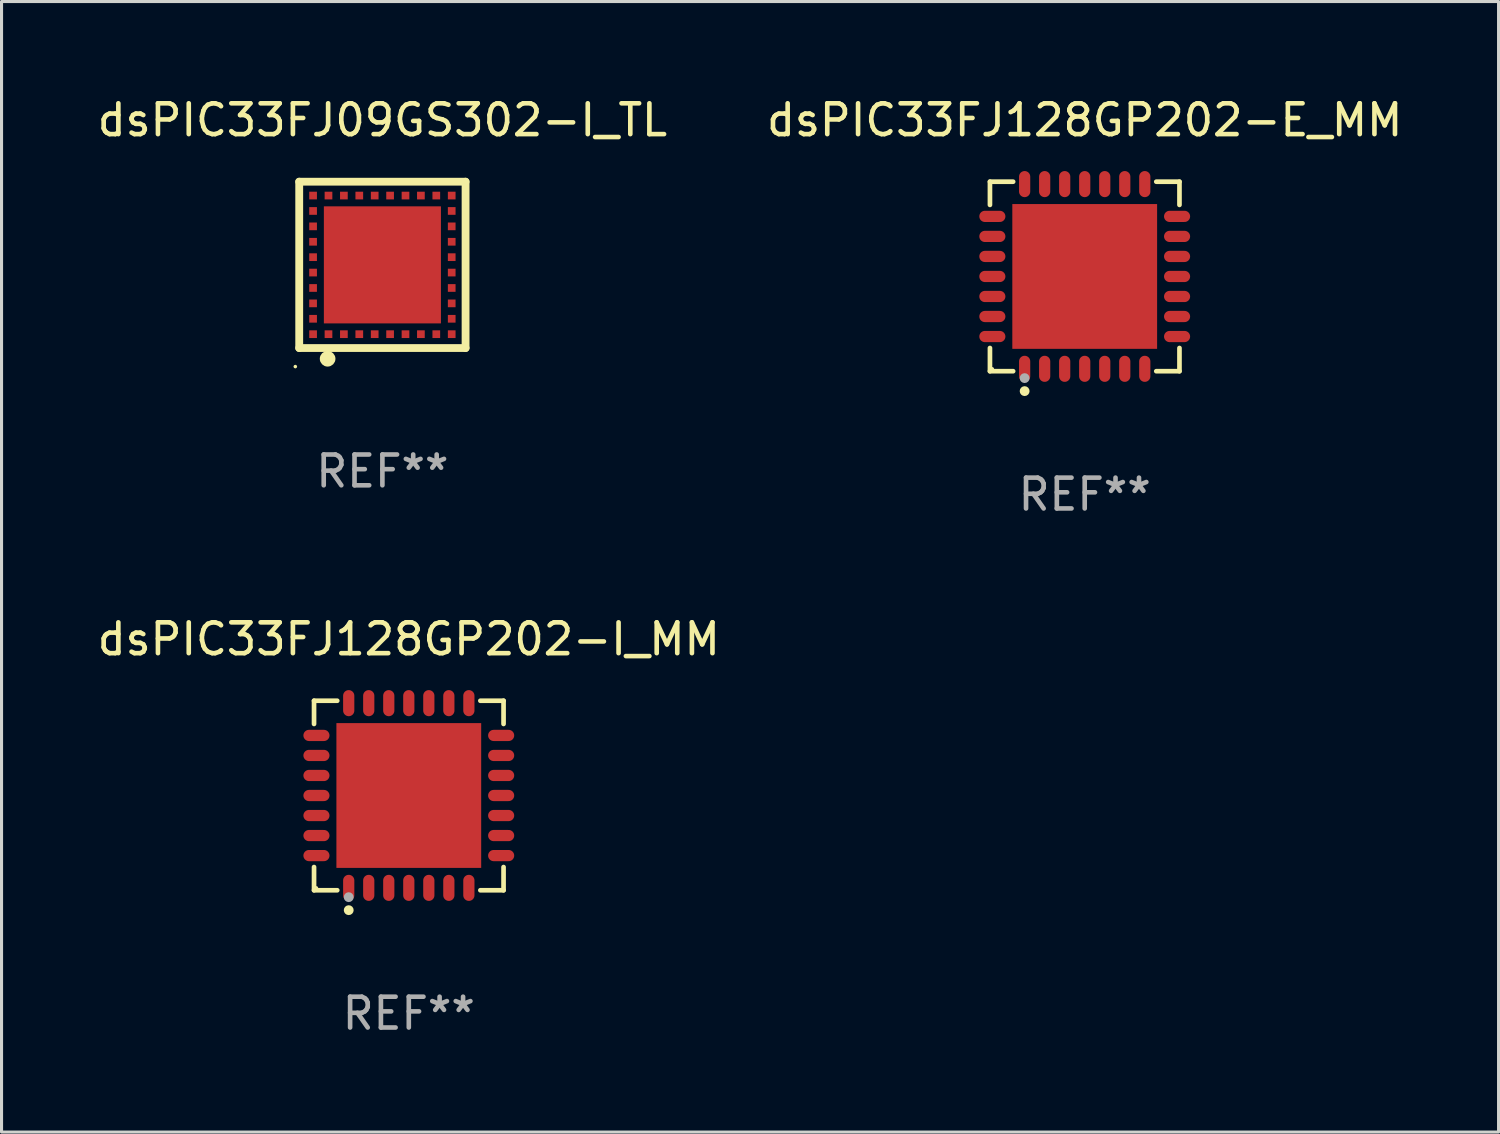
<source format=kicad_pcb>
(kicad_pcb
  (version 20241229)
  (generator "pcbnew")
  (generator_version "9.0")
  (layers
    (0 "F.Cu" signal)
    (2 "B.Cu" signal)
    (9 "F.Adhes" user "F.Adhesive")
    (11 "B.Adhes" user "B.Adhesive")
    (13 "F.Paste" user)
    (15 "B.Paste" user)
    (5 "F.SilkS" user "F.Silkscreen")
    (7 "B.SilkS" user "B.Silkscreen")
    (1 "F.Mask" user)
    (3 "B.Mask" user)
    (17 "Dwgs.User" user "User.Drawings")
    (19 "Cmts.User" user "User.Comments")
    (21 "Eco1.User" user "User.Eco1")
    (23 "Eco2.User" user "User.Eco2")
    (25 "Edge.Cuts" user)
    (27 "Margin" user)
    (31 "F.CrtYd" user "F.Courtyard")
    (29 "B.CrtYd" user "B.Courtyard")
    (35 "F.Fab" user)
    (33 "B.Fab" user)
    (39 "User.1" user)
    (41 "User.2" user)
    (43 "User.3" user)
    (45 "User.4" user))
  (footprint "dsPIC33FJ128GP202-E_MM"
    (layer "F.Cu")
    (at 32.161 5.924)
    (property "Reference" "dsPIC33FJ128GP202-E_MM" (at 0 -5.076 0) (layer "F.SilkS") (effects (font (size 1 1) (thickness 0.15))))
    (attr through_hole)
    (fp_line (start -3.076 -3.076) (end -2.323 -3.076) (stroke (width 0.152) (type solid)) (layer "F.SilkS"))
    (fp_line (start -3.076 -2.323) (end -3.076 -3.076) (stroke (width 0.152) (type solid)) (layer "F.SilkS"))
    (fp_line (start -3.076 2.323) (end -3.076 3.076) (stroke (width 0.152) (type solid)) (layer "F.SilkS"))
    (fp_line (start -3.076 3.076) (end -2.323 3.076) (stroke (width 0.152) (type solid)) (layer "F.SilkS"))
    (fp_line (start 3.076 -3.076) (end 2.323 -3.076) (stroke (width 0.152) (type solid)) (layer "F.SilkS"))
    (fp_line (start 3.076 -2.323) (end 3.076 -3.076) (stroke (width 0.152) (type solid)) (layer "F.SilkS"))
    (fp_line (start 3.076 2.323) (end 3.076 3.076) (stroke (width 0.152) (type solid)) (layer "F.SilkS"))
    (fp_line (start 3.076 3.076) (end 2.323 3.076) (stroke (width 0.152) (type solid)) (layer "F.SilkS"))
    (fp_circle (center -3 3) (end -2.97 3) (stroke (width 0.06) (type solid)) (fill no) (layer "F.SilkS"))
    (fp_circle (center -1.95 3.722) (end -1.87 3.722) (stroke (width 0.16) (type solid)) (fill no) (layer "F.SilkS"))
    (fp_circle (center -1.95 3.3) (end -1.87 3.3) (stroke (width 0.16) (type solid)) (fill no) (layer "F.Fab"))
    (fp_text user "REF**" (at 0 7.076 0) (layer "F.Fab") (effects (font (size 1 1) (thickness 0.15))))
    (pad "1" smd oval (at -1.95 2.998) (size 0.364 0.847) (layers "F.Cu" "F.Mask" "F.Paste"))
    (pad "2" smd oval (at -1.3 2.998) (size 0.364 0.847) (layers "F.Cu" "F.Mask" "F.Paste"))
    (pad "3" smd oval (at -0.65 2.998) (size 0.364 0.847) (layers "F.Cu" "F.Mask" "F.Paste"))
    (pad "4" smd oval (at 0 2.998) (size 0.364 0.847) (layers "F.Cu" "F.Mask" "F.Paste"))
    (pad "5" smd oval (at 0.65 2.998) (size 0.364 0.847) (layers "F.Cu" "F.Mask" "F.Paste"))
    (pad "6" smd oval (at 1.3 2.998) (size 0.364 0.847) (layers "F.Cu" "F.Mask" "F.Paste"))
    (pad "7" smd oval (at 1.95 2.998) (size 0.364 0.847) (layers "F.Cu" "F.Mask" "F.Paste"))
    (pad "8" smd oval (at 2.998 1.95) (size 0.847 0.364) (layers "F.Cu" "F.Mask" "F.Paste"))
    (pad "9" smd oval (at 2.998 1.3) (size 0.847 0.364) (layers "F.Cu" "F.Mask" "F.Paste"))
    (pad "10" smd oval (at 2.998 0.65) (size 0.847 0.364) (layers "F.Cu" "F.Mask" "F.Paste"))
    (pad "11" smd oval (at 2.998 0) (size 0.847 0.364) (layers "F.Cu" "F.Mask" "F.Paste"))
    (pad "12" smd oval (at 2.998 -0.65) (size 0.847 0.364) (layers "F.Cu" "F.Mask" "F.Paste"))
    (pad "13" smd oval (at 2.998 -1.3) (size 0.847 0.364) (layers "F.Cu" "F.Mask" "F.Paste"))
    (pad "14" smd oval (at 2.998 -1.95) (size 0.847 0.364) (layers "F.Cu" "F.Mask" "F.Paste"))
    (pad "15" smd oval (at 1.95 -2.998) (size 0.364 0.847) (layers "F.Cu" "F.Mask" "F.Paste"))
    (pad "16" smd oval (at 1.3 -2.998) (size 0.364 0.847) (layers "F.Cu" "F.Mask" "F.Paste"))
    (pad "17" smd oval (at 0.65 -2.998) (size 0.364 0.847) (layers "F.Cu" "F.Mask" "F.Paste"))
    (pad "18" smd oval (at 0 -2.998) (size 0.364 0.847) (layers "F.Cu" "F.Mask" "F.Paste"))
    (pad "19" smd oval (at -0.65 -2.998) (size 0.364 0.847) (layers "F.Cu" "F.Mask" "F.Paste"))
    (pad "20" smd oval (at -1.3 -2.998) (size 0.364 0.847) (layers "F.Cu" "F.Mask" "F.Paste"))
    (pad "21" smd oval (at -1.95 -2.998) (size 0.364 0.847) (layers "F.Cu" "F.Mask" "F.Paste"))
    (pad "22" smd oval (at -2.998 -1.95) (size 0.847 0.364) (layers "F.Cu" "F.Mask" "F.Paste"))
    (pad "23" smd oval (at -2.998 -1.3) (size 0.847 0.364) (layers "F.Cu" "F.Mask" "F.Paste"))
    (pad "24" smd oval (at -2.998 -0.65) (size 0.847 0.364) (layers "F.Cu" "F.Mask" "F.Paste"))
    (pad "25" smd oval (at -2.998 0) (size 0.847 0.364) (layers "F.Cu" "F.Mask" "F.Paste"))
    (pad "26" smd oval (at -2.998 0.65) (size 0.847 0.364) (layers "F.Cu" "F.Mask" "F.Paste"))
    (pad "27" smd oval (at -2.998 1.3) (size 0.847 0.364) (layers "F.Cu" "F.Mask" "F.Paste"))
    (pad "28" smd oval (at -2.998 1.95) (size 0.847 0.364) (layers "F.Cu" "F.Mask" "F.Paste"))
    (pad "29" smd rect (at 0 0) (size 4.7 4.7) (layers "F.Cu" "F.Mask" "F.Paste")))
  (footprint "dsPIC33FJ09GS302-I_TL"
    (layer "F.Cu")
    (at 9.363 5.548)
    (property "Reference" "dsPIC33FJ09GS302-I_TL" (at 0 -4.7 0) (layer "F.SilkS") (effects (font (size 1 1) (thickness 0.15))))
    (attr through_hole)
    (fp_line (start -2.7 -2.7) (end 2.7 -2.7) (stroke (width 0.254) (type solid)) (layer "F.SilkS"))
    (fp_line (start -2.7 2.7) (end -2.7 -2.7) (stroke (width 0.254) (type solid)) (layer "F.SilkS"))
    (fp_line (start 2.7 -2.7) (end 2.7 2.7) (stroke (width 0.254) (type solid)) (layer "F.SilkS"))
    (fp_line (start 2.7 2.7) (end -2.7 2.7) (stroke (width 0.254) (type solid)) (layer "F.SilkS"))
    (fp_circle (center -2.827 3.302) (end -2.797 3.302) (stroke (width 0.06) (type solid)) (fill no) (layer "F.SilkS"))
    (fp_circle (center -1.778 3.048) (end -1.651 3.048) (stroke (width 0.254) (type solid)) (fill no) (layer "F.SilkS"))
    (fp_text user "REF**" (at 0 6.7 0) (layer "F.Fab") (effects (font (size 1 1) (thickness 0.15))))
    (pad "1" smd rect (at -1.75 2.25) (size 0.25 0.25) (layers "F.Cu" "F.Mask" "F.Paste"))
    (pad "2" smd rect (at -1.25 2.25) (size 0.25 0.25) (layers "F.Cu" "F.Mask" "F.Paste"))
    (pad "3" smd rect (at -0.75 2.25) (size 0.25 0.25) (layers "F.Cu" "F.Mask" "F.Paste"))
    (pad "4" smd rect (at -0.25 2.25) (size 0.25 0.25) (layers "F.Cu" "F.Mask" "F.Paste"))
    (pad "5" smd rect (at 0.25 2.25) (size 0.25 0.25) (layers "F.Cu" "F.Mask" "F.Paste"))
    (pad "6" smd rect (at 0.75 2.25) (size 0.25 0.25) (layers "F.Cu" "F.Mask" "F.Paste"))
    (pad "7" smd rect (at 1.25 2.25) (size 0.25 0.25) (layers "F.Cu" "F.Mask" "F.Paste"))
    (pad "8" smd rect (at 1.75 2.25) (size 0.25 0.25) (layers "F.Cu" "F.Mask" "F.Paste"))
    (pad "9" smd rect (at 2.25 2.25) (size 0.25 0.25) (layers "F.Cu" "F.Mask" "F.Paste"))
    (pad "10" smd rect (at 2.25 1.75) (size 0.25 0.25) (layers "F.Cu" "F.Mask" "F.Paste"))
    (pad "11" smd rect (at 2.25 1.25) (size 0.25 0.25) (layers "F.Cu" "F.Mask" "F.Paste"))
    (pad "12" smd rect (at 2.25 0.75) (size 0.25 0.25) (layers "F.Cu" "F.Mask" "F.Paste"))
    (pad "13" smd rect (at 2.25 0.25) (size 0.25 0.25) (layers "F.Cu" "F.Mask" "F.Paste"))
    (pad "14" smd rect (at 2.25 -0.25) (size 0.25 0.25) (layers "F.Cu" "F.Mask" "F.Paste"))
    (pad "15" smd rect (at 2.25 -0.75) (size 0.25 0.25) (layers "F.Cu" "F.Mask" "F.Paste"))
    (pad "16" smd rect (at 2.25 -1.25) (size 0.25 0.25) (layers "F.Cu" "F.Mask" "F.Paste"))
    (pad "17" smd rect (at 2.25 -1.75) (size 0.25 0.25) (layers "F.Cu" "F.Mask" "F.Paste"))
    (pad "18" smd rect (at 2.25 -2.25) (size 0.25 0.25) (layers "F.Cu" "F.Mask" "F.Paste"))
    (pad "19" smd rect (at 1.75 -2.25) (size 0.25 0.25) (layers "F.Cu" "F.Mask" "F.Paste"))
    (pad "20" smd rect (at 1.25 -2.25) (size 0.25 0.25) (layers "F.Cu" "F.Mask" "F.Paste"))
    (pad "21" smd rect (at 0.75 -2.25) (size 0.25 0.25) (layers "F.Cu" "F.Mask" "F.Paste"))
    (pad "22" smd rect (at 0.25 -2.25) (size 0.25 0.25) (layers "F.Cu" "F.Mask" "F.Paste"))
    (pad "23" smd rect (at -0.25 -2.25) (size 0.25 0.25) (layers "F.Cu" "F.Mask" "F.Paste"))
    (pad "24" smd rect (at -0.75 -2.25) (size 0.25 0.25) (layers "F.Cu" "F.Mask" "F.Paste"))
    (pad "25" smd rect (at -1.25 -2.25) (size 0.25 0.25) (layers "F.Cu" "F.Mask" "F.Paste"))
    (pad "26" smd rect (at -1.75 -2.25) (size 0.25 0.25) (layers "F.Cu" "F.Mask" "F.Paste"))
    (pad "27" smd rect (at -2.25 -2.25) (size 0.25 0.25) (layers "F.Cu" "F.Mask" "F.Paste"))
    (pad "28" smd rect (at -2.25 -1.75) (size 0.25 0.25) (layers "F.Cu" "F.Mask" "F.Paste"))
    (pad "29" smd rect (at -2.25 -1.25) (size 0.25 0.25) (layers "F.Cu" "F.Mask" "F.Paste"))
    (pad "30" smd rect (at -2.25 -0.75) (size 0.25 0.25) (layers "F.Cu" "F.Mask" "F.Paste"))
    (pad "31" smd rect (at -2.25 -0.25) (size 0.25 0.25) (layers "F.Cu" "F.Mask" "F.Paste"))
    (pad "32" smd rect (at -2.25 0.25) (size 0.25 0.25) (layers "F.Cu" "F.Mask" "F.Paste"))
    (pad "33" smd rect (at -2.25 0.75) (size 0.25 0.25) (layers "F.Cu" "F.Mask" "F.Paste"))
    (pad "34" smd rect (at -2.25 1.25) (size 0.25 0.25) (layers "F.Cu" "F.Mask" "F.Paste"))
    (pad "35" smd rect (at -2.25 1.75) (size 0.25 0.25) (layers "F.Cu" "F.Mask" "F.Paste"))
    (pad "36" smd rect (at -2.25 2.25) (size 0.25 0.25) (layers "F.Cu" "F.Mask" "F.Paste"))
    (pad "37" smd rect (at 0.000127 -0.000076) (size 3.8 3.8) (layers "F.Cu" "F.Mask" "F.Paste")))
  (footprint "dsPIC33FJ128GP202-I_MM"
    (layer "F.Cu")
    (at 10.22 22.773)
    (property "Reference" "dsPIC33FJ128GP202-I_MM" (at 0 -5.076 0) (layer "F.SilkS") (effects (font (size 1 1) (thickness 0.15))))
    (attr through_hole)
    (fp_line (start -3.076 -3.076) (end -2.323 -3.076) (stroke (width 0.152) (type solid)) (layer "F.SilkS"))
    (fp_line (start -3.076 -2.323) (end -3.076 -3.076) (stroke (width 0.152) (type solid)) (layer "F.SilkS"))
    (fp_line (start -3.076 2.323) (end -3.076 3.076) (stroke (width 0.152) (type solid)) (layer "F.SilkS"))
    (fp_line (start -3.076 3.076) (end -2.323 3.076) (stroke (width 0.152) (type solid)) (layer "F.SilkS"))
    (fp_line (start 3.076 -3.076) (end 2.323 -3.076) (stroke (width 0.152) (type solid)) (layer "F.SilkS"))
    (fp_line (start 3.076 -2.323) (end 3.076 -3.076) (stroke (width 0.152) (type solid)) (layer "F.SilkS"))
    (fp_line (start 3.076 2.323) (end 3.076 3.076) (stroke (width 0.152) (type solid)) (layer "F.SilkS"))
    (fp_line (start 3.076 3.076) (end 2.323 3.076) (stroke (width 0.152) (type solid)) (layer "F.SilkS"))
    (fp_circle (center -3 3) (end -2.97 3) (stroke (width 0.06) (type solid)) (fill no) (layer "F.SilkS"))
    (fp_circle (center -1.95 3.722) (end -1.87 3.722) (stroke (width 0.16) (type solid)) (fill no) (layer "F.SilkS"))
    (fp_circle (center -1.95 3.3) (end -1.87 3.3) (stroke (width 0.16) (type solid)) (fill no) (layer "F.Fab"))
    (fp_text user "REF**" (at 0 7.076 0) (layer "F.Fab") (effects (font (size 1 1) (thickness 0.15))))
    (pad "1" smd oval (at -1.95 2.998) (size 0.364 0.847) (layers "F.Cu" "F.Mask" "F.Paste"))
    (pad "2" smd oval (at -1.3 2.998) (size 0.364 0.847) (layers "F.Cu" "F.Mask" "F.Paste"))
    (pad "3" smd oval (at -0.65 2.998) (size 0.364 0.847) (layers "F.Cu" "F.Mask" "F.Paste"))
    (pad "4" smd oval (at 0 2.998) (size 0.364 0.847) (layers "F.Cu" "F.Mask" "F.Paste"))
    (pad "5" smd oval (at 0.65 2.998) (size 0.364 0.847) (layers "F.Cu" "F.Mask" "F.Paste"))
    (pad "6" smd oval (at 1.3 2.998) (size 0.364 0.847) (layers "F.Cu" "F.Mask" "F.Paste"))
    (pad "7" smd oval (at 1.95 2.998) (size 0.364 0.847) (layers "F.Cu" "F.Mask" "F.Paste"))
    (pad "8" smd oval (at 2.998 1.95) (size 0.847 0.364) (layers "F.Cu" "F.Mask" "F.Paste"))
    (pad "9" smd oval (at 2.998 1.3) (size 0.847 0.364) (layers "F.Cu" "F.Mask" "F.Paste"))
    (pad "10" smd oval (at 2.998 0.65) (size 0.847 0.364) (layers "F.Cu" "F.Mask" "F.Paste"))
    (pad "11" smd oval (at 2.998 0) (size 0.847 0.364) (layers "F.Cu" "F.Mask" "F.Paste"))
    (pad "12" smd oval (at 2.998 -0.65) (size 0.847 0.364) (layers "F.Cu" "F.Mask" "F.Paste"))
    (pad "13" smd oval (at 2.998 -1.3) (size 0.847 0.364) (layers "F.Cu" "F.Mask" "F.Paste"))
    (pad "14" smd oval (at 2.998 -1.95) (size 0.847 0.364) (layers "F.Cu" "F.Mask" "F.Paste"))
    (pad "15" smd oval (at 1.95 -2.998) (size 0.364 0.847) (layers "F.Cu" "F.Mask" "F.Paste"))
    (pad "16" smd oval (at 1.3 -2.998) (size 0.364 0.847) (layers "F.Cu" "F.Mask" "F.Paste"))
    (pad "17" smd oval (at 0.65 -2.998) (size 0.364 0.847) (layers "F.Cu" "F.Mask" "F.Paste"))
    (pad "18" smd oval (at 0 -2.998) (size 0.364 0.847) (layers "F.Cu" "F.Mask" "F.Paste"))
    (pad "19" smd oval (at -0.65 -2.998) (size 0.364 0.847) (layers "F.Cu" "F.Mask" "F.Paste"))
    (pad "20" smd oval (at -1.3 -2.998) (size 0.364 0.847) (layers "F.Cu" "F.Mask" "F.Paste"))
    (pad "21" smd oval (at -1.95 -2.998) (size 0.364 0.847) (layers "F.Cu" "F.Mask" "F.Paste"))
    (pad "22" smd oval (at -2.998 -1.95) (size 0.847 0.364) (layers "F.Cu" "F.Mask" "F.Paste"))
    (pad "23" smd oval (at -2.998 -1.3) (size 0.847 0.364) (layers "F.Cu" "F.Mask" "F.Paste"))
    (pad "24" smd oval (at -2.998 -0.65) (size 0.847 0.364) (layers "F.Cu" "F.Mask" "F.Paste"))
    (pad "25" smd oval (at -2.998 0) (size 0.847 0.364) (layers "F.Cu" "F.Mask" "F.Paste"))
    (pad "26" smd oval (at -2.998 0.65) (size 0.847 0.364) (layers "F.Cu" "F.Mask" "F.Paste"))
    (pad "27" smd oval (at -2.998 1.3) (size 0.847 0.364) (layers "F.Cu" "F.Mask" "F.Paste"))
    (pad "28" smd oval (at -2.998 1.95) (size 0.847 0.364) (layers "F.Cu" "F.Mask" "F.Paste"))
    (pad "29" smd rect (at 0 0) (size 4.7 4.7) (layers "F.Cu" "F.Mask" "F.Paste")))
  (gr_rect
    (start -3 -3)
    (end 45.595 33.698)
    (stroke (width 0.1) (type default))
    (fill no)
    (layer "Edge.Cuts")))
</source>
